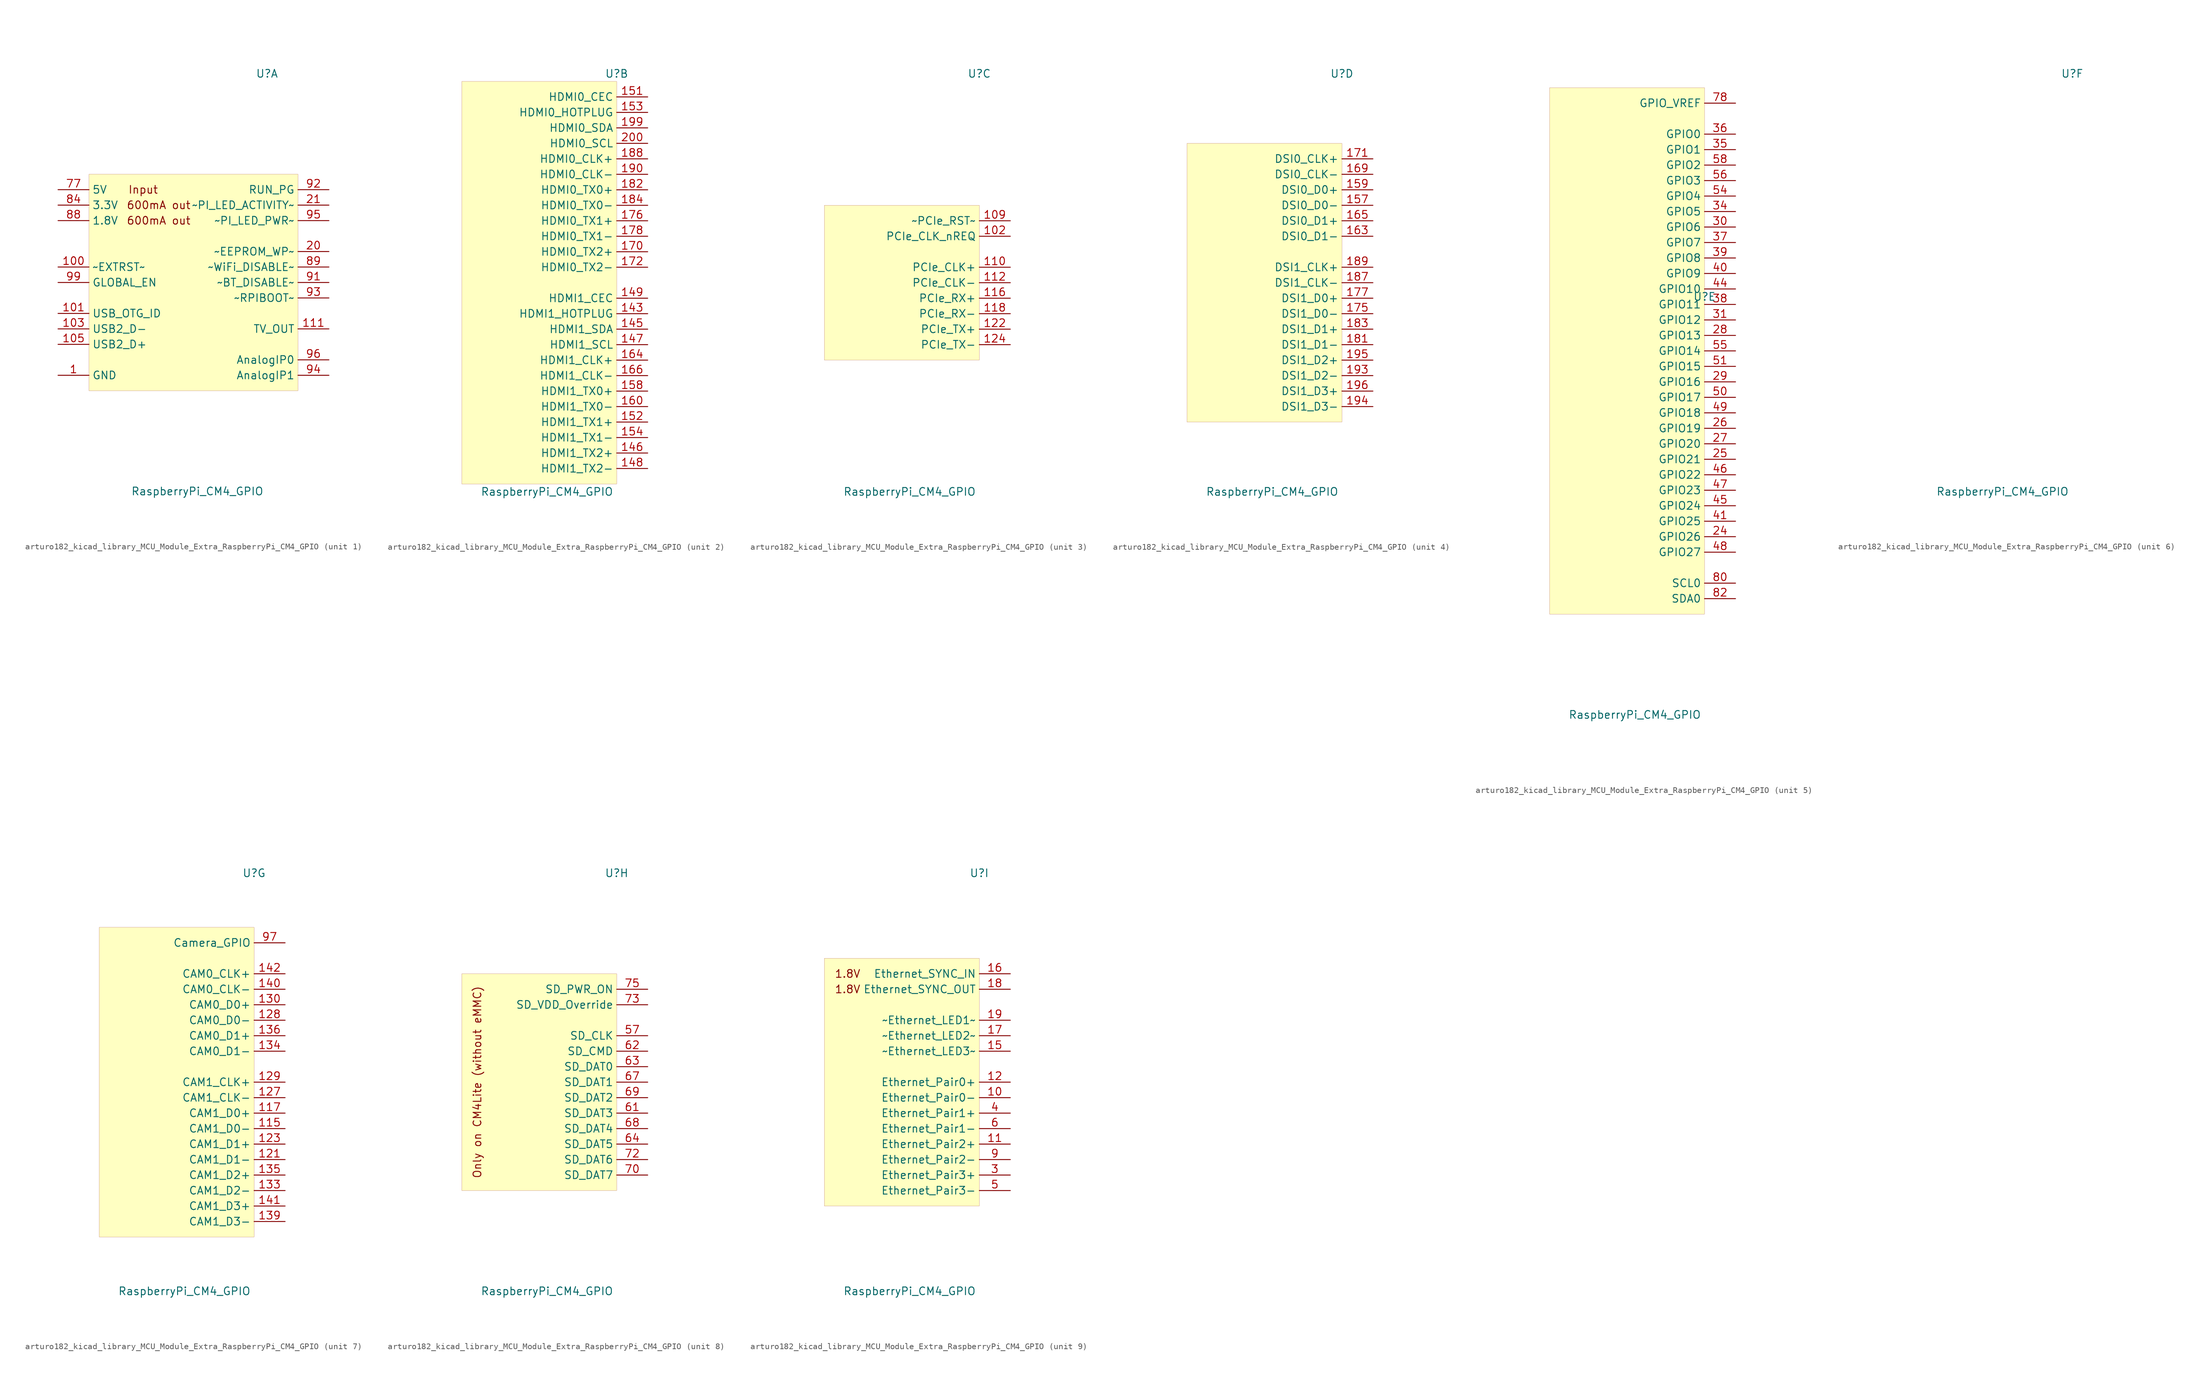
<source format=kicad_sym>
(kicad_symbol_lib
  (version 20220914)
  (generator kicad_symbol_editor)
  (symbol "MCU_Module_Extra:arturo182_kicad_library_MCU_Module_Extra_RaspberryPi_CM4_GPIO"
    (property "Reference" "U"
      (at 12.7 34.29 0)
      (effects (font (size 1.27 1.27))))
    (property "Value" "RaspberryPi_CM4_GPIO"
      (at 1.27 -34.29 0)
      (effects (font (size 1.27 1.27))))
    (property "ki_locked" ""
      (at 0 0 0)
      (effects (font (size 1.27 1.27))))
    (symbol "arturo182_kicad_library_MCU_Module_Extra_RaspberryPi_CM4_GPIO_1_0"
      (text "600mA out" (at -5.08 10.16 0) (effects (font (size 1.27 1.27))))
      (text "600mA out" (at -5.08 12.7 0) (effects (font (size 1.27 1.27))))
      (text "Input" (at -7.62 15.24 0) (effects (font (size 1.27 1.27))))
      (rectangle (start -16.51 17.78) (end 17.78 -17.78) (stroke (width 0.001)) (fill (type background))))
    (symbol "arturo182_kicad_library_MCU_Module_Extra_RaspberryPi_CM4_GPIO_1_1"
      (pin power_in line (at -21.59 -15.24 0) (length 5.08) (name "GND" (effects (font (size 1.27 1.27)))) (number "1" (effects (font (size 1.27 1.27)))))
      (pin output line (at -21.59 2.54 0) (length 5.08) (name "~EXTRST~" (effects (font (size 1.27 1.27)))) (number "100" (effects (font (size 1.27 1.27)))))
      (pin passive line (at -21.59 -15.24 0) (length 5.08) hide (name "GND" (effects (font (size 1.27 1.27)))) (number "13" (effects (font (size 1.27 1.27)))))
      (pin passive line (at -21.59 -15.24 0) (length 5.08) hide (name "GND" (effects (font (size 1.27 1.27)))) (number "14" (effects (font (size 1.27 1.27)))))
      (pin passive line (at -21.59 -15.24 0) (length 5.08) hide (name "GND" (effects (font (size 1.27 1.27)))) (number "2" (effects (font (size 1.27 1.27)))))
      (pin bidirectional line (at 22.86 5.08 180) (length 5.08) (name "~EEPROM_WP~" (effects (font (size 1.27 1.27)))) (number "20" (effects (font (size 1.27 1.27)))))
      (pin open_collector line (at 22.86 12.7 180) (length 5.08) (name "~PI_LED_ACTIVITY~" (effects (font (size 1.27 1.27)))) (number "21" (effects (font (size 1.27 1.27)))))
      (pin passive line (at -21.59 -15.24 0) (length 5.08) hide (name "GND" (effects (font (size 1.27 1.27)))) (number "22" (effects (font (size 1.27 1.27)))))
      (pin passive line (at -21.59 -15.24 0) (length 5.08) hide (name "GND" (effects (font (size 1.27 1.27)))) (number "23" (effects (font (size 1.27 1.27)))))
      (pin passive line (at -21.59 -15.24 0) (length 5.08) hide (name "GND" (effects (font (size 1.27 1.27)))) (number "32" (effects (font (size 1.27 1.27)))))
      (pin passive line (at -21.59 -15.24 0) (length 5.08) hide (name "GND" (effects (font (size 1.27 1.27)))) (number "33" (effects (font (size 1.27 1.27)))))
      (pin passive line (at -21.59 -15.24 0) (length 5.08) hide (name "GND" (effects (font (size 1.27 1.27)))) (number "42" (effects (font (size 1.27 1.27)))))
      (pin passive line (at -21.59 -15.24 0) (length 5.08) hide (name "GND" (effects (font (size 1.27 1.27)))) (number "43" (effects (font (size 1.27 1.27)))))
      (pin passive line (at -21.59 -15.24 0) (length 5.08) hide (name "GND" (effects (font (size 1.27 1.27)))) (number "52" (effects (font (size 1.27 1.27)))))
      (pin passive line (at -21.59 -15.24 0) (length 5.08) hide (name "GND" (effects (font (size 1.27 1.27)))) (number "53" (effects (font (size 1.27 1.27)))))
      (pin passive line (at -21.59 -15.24 0) (length 5.08) hide (name "GND" (effects (font (size 1.27 1.27)))) (number "59" (effects (font (size 1.27 1.27)))))
      (pin passive line (at -21.59 -15.24 0) (length 5.08) hide (name "GND" (effects (font (size 1.27 1.27)))) (number "60" (effects (font (size 1.27 1.27)))))
      (pin passive line (at -21.59 -15.24 0) (length 5.08) hide (name "GND" (effects (font (size 1.27 1.27)))) (number "65" (effects (font (size 1.27 1.27)))))
      (pin passive line (at -21.59 -15.24 0) (length 5.08) hide (name "GND" (effects (font (size 1.27 1.27)))) (number "66" (effects (font (size 1.27 1.27)))))
      (pin passive line (at -21.59 -15.24 0) (length 5.08) hide (name "GND" (effects (font (size 1.27 1.27)))) (number "7" (effects (font (size 1.27 1.27)))))
      (pin passive line (at -21.59 -15.24 0) (length 5.08) hide (name "GND" (effects (font (size 1.27 1.27)))) (number "71" (effects (font (size 1.27 1.27)))))
      (pin passive line (at -21.59 -15.24 0) (length 5.08) hide (name "GND" (effects (font (size 1.27 1.27)))) (number "74" (effects (font (size 1.27 1.27)))))
      (pin no_connect line (at -1.27 -10.16 0) (length 5.08) hide (name "Reserved" (effects (font (size 1.27 1.27)))) (number "76" (effects (font (size 1.27 1.27)))))
      (pin power_in line (at -21.59 15.24 0) (length 5.08) (name "5V" (effects (font (size 1.27 1.27)))) (number "77" (effects (font (size 1.27 1.27)))))
      (pin passive line (at -21.59 15.24 0) (length 5.08) hide (name "5V" (effects (font (size 1.27 1.27)))) (number "79" (effects (font (size 1.27 1.27)))))
      (pin passive line (at -21.59 -15.24 0) (length 5.08) hide (name "GND" (effects (font (size 1.27 1.27)))) (number "8" (effects (font (size 1.27 1.27)))))
      (pin passive line (at -21.59 15.24 0) (length 5.08) hide (name "5V" (effects (font (size 1.27 1.27)))) (number "81" (effects (font (size 1.27 1.27)))))
      (pin passive line (at -21.59 15.24 0) (length 5.08) hide (name "5V" (effects (font (size 1.27 1.27)))) (number "83" (effects (font (size 1.27 1.27)))))
      (pin power_out line (at -21.59 12.7 0) (length 5.08) (name "3.3V" (effects (font (size 1.27 1.27)))) (number "84" (effects (font (size 1.27 1.27)))))
      (pin passive line (at -21.59 15.24 0) (length 5.08) hide (name "5V" (effects (font (size 1.27 1.27)))) (number "85" (effects (font (size 1.27 1.27)))))
      (pin passive line (at -21.59 12.7 0) (length 5.08) hide (name "3.3V" (effects (font (size 1.27 1.27)))) (number "86" (effects (font (size 1.27 1.27)))))
      (pin passive line (at -21.59 15.24 0) (length 5.08) hide (name "5V" (effects (font (size 1.27 1.27)))) (number "87" (effects (font (size 1.27 1.27)))))
      (pin power_out line (at -21.59 10.16 0) (length 5.08) (name "1.8V" (effects (font (size 1.27 1.27)))) (number "88" (effects (font (size 1.27 1.27)))))
      (pin power_in line (at 22.86 2.54 180) (length 5.08) (name "~WiFi_DISABLE~" (effects (font (size 1.27 1.27)))) (number "89" (effects (font (size 1.27 1.27)))))
      (pin passive line (at -21.59 10.16 0) (length 5.08) hide (name "1.8V" (effects (font (size 1.27 1.27)))) (number "90" (effects (font (size 1.27 1.27)))))
      (pin input line (at 22.86 0 180) (length 5.08) (name "~BT_DISABLE~" (effects (font (size 1.27 1.27)))) (number "91" (effects (font (size 1.27 1.27)))))
      (pin bidirectional line (at 22.86 15.24 180) (length 5.08) (name "RUN_PG" (effects (font (size 1.27 1.27)))) (number "92" (effects (font (size 1.27 1.27)))))
      (pin input line (at 22.86 -2.54 180) (length 5.08) (name "~RPIBOOT~" (effects (font (size 1.27 1.27)))) (number "93" (effects (font (size 1.27 1.27)))))
      (pin output line (at 22.86 -15.24 180) (length 5.08) (name "AnalogIP1" (effects (font (size 1.27 1.27)))) (number "94" (effects (font (size 1.27 1.27)))))
      (pin output line (at 22.86 10.16 180) (length 5.08) (name "~PI_LED_PWR~" (effects (font (size 1.27 1.27)))) (number "95" (effects (font (size 1.27 1.27)))))
      (pin output line (at 22.86 -12.7 180) (length 5.08) (name "AnalogIP0" (effects (font (size 1.27 1.27)))) (number "96" (effects (font (size 1.27 1.27)))))
      (pin passive line (at -21.59 -15.24 0) (length 5.08) hide (name "GND" (effects (font (size 1.27 1.27)))) (number "98" (effects (font (size 1.27 1.27)))))
      (pin input line (at -21.59 0 0) (length 5.08) (name "GLOBAL_EN" (effects (font (size 1.27 1.27)))) (number "99" (effects (font (size 1.27 1.27)))))
      (pin input line (at -21.59 -5.08 0) (length 5.08) (name "USB_OTG_ID" (effects (font (size 1.27 1.27)))) (number "101" (effects (font (size 1.27 1.27)))))
      (pin passive line (at -21.59 -7.62 0) (length 5.08) (name "USB2_D-" (effects (font (size 1.27 1.27)))) (number "103" (effects (font (size 1.27 1.27)))))
      (pin no_connect line (at -1.27 -5.08 0) (length 5.08) hide (name "Reserved" (effects (font (size 1.27 1.27)))) (number "104" (effects (font (size 1.27 1.27)))))
      (pin passive line (at -21.59 -10.16 0) (length 5.08) (name "USB2_D+" (effects (font (size 1.27 1.27)))) (number "105" (effects (font (size 1.27 1.27)))))
      (pin no_connect line (at -1.27 -7.62 0) (length 5.08) hide (name "Reserved" (effects (font (size 1.27 1.27)))) (number "106" (effects (font (size 1.27 1.27)))))
      (pin passive line (at -21.59 -15.24 0) (length 5.08) hide (name "GND" (effects (font (size 1.27 1.27)))) (number "107" (effects (font (size 1.27 1.27)))))
      (pin passive line (at -21.59 -15.24 0) (length 5.08) hide (name "GND" (effects (font (size 1.27 1.27)))) (number "108" (effects (font (size 1.27 1.27)))))
      (pin passive line (at 22.86 -7.62 180) (length 5.08) (name "TV_OUT" (effects (font (size 1.27 1.27)))) (number "111" (effects (font (size 1.27 1.27)))))
      (pin passive line (at -21.59 -15.24 0) (length 5.08) hide (name "GND" (effects (font (size 1.27 1.27)))) (number "113" (effects (font (size 1.27 1.27)))))
      (pin passive line (at -21.59 -15.24 0) (length 5.08) hide (name "GND" (effects (font (size 1.27 1.27)))) (number "114" (effects (font (size 1.27 1.27)))))
      (pin passive line (at -21.59 -15.24 0) (length 5.08) hide (name "GND" (effects (font (size 1.27 1.27)))) (number "119" (effects (font (size 1.27 1.27)))))
      (pin passive line (at -21.59 -15.24 0) (length 5.08) hide (name "GND" (effects (font (size 1.27 1.27)))) (number "120" (effects (font (size 1.27 1.27)))))
      (pin passive line (at -21.59 -15.24 0) (length 5.08) hide (name "GND" (effects (font (size 1.27 1.27)))) (number "125" (effects (font (size 1.27 1.27)))))
      (pin passive line (at -21.59 -15.24 0) (length 5.08) hide (name "GND" (effects (font (size 1.27 1.27)))) (number "126" (effects (font (size 1.27 1.27)))))
      (pin passive line (at -21.59 -15.24 0) (length 5.08) hide (name "GND" (effects (font (size 1.27 1.27)))) (number "131" (effects (font (size 1.27 1.27)))))
      (pin passive line (at -21.59 -15.24 0) (length 5.08) hide (name "GND" (effects (font (size 1.27 1.27)))) (number "132" (effects (font (size 1.27 1.27)))))
      (pin passive line (at -21.59 -15.24 0) (length 5.08) hide (name "GND" (effects (font (size 1.27 1.27)))) (number "137" (effects (font (size 1.27 1.27)))))
      (pin passive line (at -21.59 -15.24 0) (length 5.08) hide (name "GND" (effects (font (size 1.27 1.27)))) (number "138" (effects (font (size 1.27 1.27)))))
      (pin passive line (at -21.59 -15.24 0) (length 5.08) hide (name "GND" (effects (font (size 1.27 1.27)))) (number "144" (effects (font (size 1.27 1.27)))))
      (pin passive line (at -21.59 -15.24 0) (length 5.08) hide (name "GND" (effects (font (size 1.27 1.27)))) (number "150" (effects (font (size 1.27 1.27)))))
      (pin passive line (at -21.59 -15.24 0) (length 5.08) hide (name "GND" (effects (font (size 1.27 1.27)))) (number "155" (effects (font (size 1.27 1.27)))))
      (pin passive line (at -21.59 -15.24 0) (length 5.08) hide (name "GND" (effects (font (size 1.27 1.27)))) (number "156" (effects (font (size 1.27 1.27)))))
      (pin passive line (at -21.59 -15.24 0) (length 5.08) hide (name "GND" (effects (font (size 1.27 1.27)))) (number "161" (effects (font (size 1.27 1.27)))))
      (pin passive line (at -21.59 -15.24 0) (length 5.08) hide (name "GND" (effects (font (size 1.27 1.27)))) (number "162" (effects (font (size 1.27 1.27)))))
      (pin passive line (at -21.59 -15.24 0) (length 5.08) hide (name "GND" (effects (font (size 1.27 1.27)))) (number "167" (effects (font (size 1.27 1.27)))))
      (pin passive line (at -21.59 -15.24 0) (length 5.08) hide (name "GND" (effects (font (size 1.27 1.27)))) (number "168" (effects (font (size 1.27 1.27)))))
      (pin passive line (at -21.59 -15.24 0) (length 5.08) hide (name "GND" (effects (font (size 1.27 1.27)))) (number "173" (effects (font (size 1.27 1.27)))))
      (pin passive line (at -21.59 -15.24 0) (length 5.08) hide (name "GND" (effects (font (size 1.27 1.27)))) (number "174" (effects (font (size 1.27 1.27)))))
      (pin passive line (at -21.59 -15.24 0) (length 5.08) hide (name "GND" (effects (font (size 1.27 1.27)))) (number "179" (effects (font (size 1.27 1.27)))))
      (pin passive line (at -21.59 -15.24 0) (length 5.08) hide (name "GND" (effects (font (size 1.27 1.27)))) (number "180" (effects (font (size 1.27 1.27)))))
      (pin passive line (at -21.59 -15.24 0) (length 5.08) hide (name "GND" (effects (font (size 1.27 1.27)))) (number "185" (effects (font (size 1.27 1.27)))))
      (pin passive line (at -21.59 -15.24 0) (length 5.08) hide (name "GND" (effects (font (size 1.27 1.27)))) (number "186" (effects (font (size 1.27 1.27)))))
      (pin passive line (at -21.59 -15.24 0) (length 5.08) hide (name "GND" (effects (font (size 1.27 1.27)))) (number "191" (effects (font (size 1.27 1.27)))))
      (pin passive line (at -21.59 -15.24 0) (length 5.08) hide (name "GND" (effects (font (size 1.27 1.27)))) (number "192" (effects (font (size 1.27 1.27)))))
      (pin passive line (at -21.59 -15.24 0) (length 5.08) hide (name "GND" (effects (font (size 1.27 1.27)))) (number "197" (effects (font (size 1.27 1.27)))))
      (pin passive line (at -21.59 -15.24 0) (length 5.08) hide (name "GND" (effects (font (size 1.27 1.27)))) (number "198" (effects (font (size 1.27 1.27))))))
    (symbol "arturo182_kicad_library_MCU_Module_Extra_RaspberryPi_CM4_GPIO_2_0"
      (rectangle (start -12.7 33.02) (end 12.7 -33.02) (stroke (width 0.001)) (fill (type background))))
    (symbol "arturo182_kicad_library_MCU_Module_Extra_RaspberryPi_CM4_GPIO_2_1"
      (pin input line (at 17.78 -5.08 180) (length 5.08) (name "HDMI1_HOTPLUG" (effects (font (size 1.27 1.27)))) (number "143" (effects (font (size 1.27 1.27)))))
      (pin bidirectional line (at 17.78 -7.62 180) (length 5.08) (name "HDMI1_SDA" (effects (font (size 1.27 1.27)))) (number "145" (effects (font (size 1.27 1.27)))))
      (pin output line (at 17.78 -27.94 180) (length 5.08) (name "HDMI1_TX2+" (effects (font (size 1.27 1.27)))) (number "146" (effects (font (size 1.27 1.27)))))
      (pin open_collector line (at 17.78 -10.16 180) (length 5.08) (name "HDMI1_SCL" (effects (font (size 1.27 1.27)))) (number "147" (effects (font (size 1.27 1.27)))))
      (pin output line (at 17.78 -30.48 180) (length 5.08) (name "HDMI1_TX2-" (effects (font (size 1.27 1.27)))) (number "148" (effects (font (size 1.27 1.27)))))
      (pin open_collector line (at 17.78 -2.54 180) (length 5.08) (name "HDMI1_CEC" (effects (font (size 1.27 1.27)))) (number "149" (effects (font (size 1.27 1.27)))))
      (pin open_collector line (at 17.78 30.48 180) (length 5.08) (name "HDMI0_CEC" (effects (font (size 1.27 1.27)))) (number "151" (effects (font (size 1.27 1.27)))))
      (pin output line (at 17.78 -22.86 180) (length 5.08) (name "HDMI1_TX1+" (effects (font (size 1.27 1.27)))) (number "152" (effects (font (size 1.27 1.27)))))
      (pin input line (at 17.78 27.94 180) (length 5.08) (name "HDMI0_HOTPLUG" (effects (font (size 1.27 1.27)))) (number "153" (effects (font (size 1.27 1.27)))))
      (pin output line (at 17.78 -25.4 180) (length 5.08) (name "HDMI1_TX1-" (effects (font (size 1.27 1.27)))) (number "154" (effects (font (size 1.27 1.27)))))
      (pin output line (at 17.78 -17.78 180) (length 5.08) (name "HDMI1_TX0+" (effects (font (size 1.27 1.27)))) (number "158" (effects (font (size 1.27 1.27)))))
      (pin output line (at 17.78 -20.32 180) (length 5.08) (name "HDMI1_TX0-" (effects (font (size 1.27 1.27)))) (number "160" (effects (font (size 1.27 1.27)))))
      (pin output line (at 17.78 -12.7 180) (length 5.08) (name "HDMI1_CLK+" (effects (font (size 1.27 1.27)))) (number "164" (effects (font (size 1.27 1.27)))))
      (pin output line (at 17.78 -15.24 180) (length 5.08) (name "HDMI1_CLK-" (effects (font (size 1.27 1.27)))) (number "166" (effects (font (size 1.27 1.27)))))
      (pin output line (at 17.78 5.08 180) (length 5.08) (name "HDMI0_TX2+" (effects (font (size 1.27 1.27)))) (number "170" (effects (font (size 1.27 1.27)))))
      (pin output line (at 17.78 2.54 180) (length 5.08) (name "HDMI0_TX2-" (effects (font (size 1.27 1.27)))) (number "172" (effects (font (size 1.27 1.27)))))
      (pin output line (at 17.78 10.16 180) (length 5.08) (name "HDMI0_TX1+" (effects (font (size 1.27 1.27)))) (number "176" (effects (font (size 1.27 1.27)))))
      (pin output line (at 17.78 7.62 180) (length 5.08) (name "HDMI0_TX1-" (effects (font (size 1.27 1.27)))) (number "178" (effects (font (size 1.27 1.27)))))
      (pin output line (at 17.78 15.24 180) (length 5.08) (name "HDMI0_TX0+" (effects (font (size 1.27 1.27)))) (number "182" (effects (font (size 1.27 1.27)))))
      (pin output line (at 17.78 12.7 180) (length 5.08) (name "HDMI0_TX0-" (effects (font (size 1.27 1.27)))) (number "184" (effects (font (size 1.27 1.27)))))
      (pin output line (at 17.78 20.32 180) (length 5.08) (name "HDMI0_CLK+" (effects (font (size 1.27 1.27)))) (number "188" (effects (font (size 1.27 1.27)))))
      (pin output line (at 17.78 17.78 180) (length 5.08) (name "HDMI0_CLK-" (effects (font (size 1.27 1.27)))) (number "190" (effects (font (size 1.27 1.27)))))
      (pin bidirectional line (at 17.78 25.4 180) (length 5.08) (name "HDMI0_SDA" (effects (font (size 1.27 1.27)))) (number "199" (effects (font (size 1.27 1.27)))))
      (pin open_collector line (at 17.78 22.86 180) (length 5.08) (name "HDMI0_SCL" (effects (font (size 1.27 1.27)))) (number "200" (effects (font (size 1.27 1.27))))))
    (symbol "arturo182_kicad_library_MCU_Module_Extra_RaspberryPi_CM4_GPIO_3_0"
      (rectangle (start -12.7 12.7) (end 12.7 -12.7) (stroke (width 0.001)) (fill (type background))))
    (symbol "arturo182_kicad_library_MCU_Module_Extra_RaspberryPi_CM4_GPIO_3_1"
      (pin input line (at 17.78 7.62 180) (length 5.08) (name "PCIe_CLK_nREQ" (effects (font (size 1.27 1.27)))) (number "102" (effects (font (size 1.27 1.27)))))
      (pin bidirectional line (at 17.78 10.16 180) (length 5.08) (name "~PCIe_RST~" (effects (font (size 1.27 1.27)))) (number "109" (effects (font (size 1.27 1.27)))))
      (pin output line (at 17.78 2.54 180) (length 5.08) (name "PCIe_CLK+" (effects (font (size 1.27 1.27)))) (number "110" (effects (font (size 1.27 1.27)))))
      (pin output line (at 17.78 0 180) (length 5.08) (name "PCIe_CLK-" (effects (font (size 1.27 1.27)))) (number "112" (effects (font (size 1.27 1.27)))))
      (pin input line (at 17.78 -2.54 180) (length 5.08) (name "PCIe_RX+" (effects (font (size 1.27 1.27)))) (number "116" (effects (font (size 1.27 1.27)))))
      (pin input line (at 17.78 -5.08 180) (length 5.08) (name "PCIe_RX-" (effects (font (size 1.27 1.27)))) (number "118" (effects (font (size 1.27 1.27)))))
      (pin output line (at 17.78 -7.62 180) (length 5.08) (name "PCIe_TX+" (effects (font (size 1.27 1.27)))) (number "122" (effects (font (size 1.27 1.27)))))
      (pin output line (at 17.78 -10.16 180) (length 5.08) (name "PCIe_TX-" (effects (font (size 1.27 1.27)))) (number "124" (effects (font (size 1.27 1.27))))))
    (symbol "arturo182_kicad_library_MCU_Module_Extra_RaspberryPi_CM4_GPIO_4_0"
      (rectangle (start -12.7 22.86) (end 12.7 -22.86) (stroke (width 0.001)) (fill (type background))))
    (symbol "arturo182_kicad_library_MCU_Module_Extra_RaspberryPi_CM4_GPIO_4_1"
      (pin bidirectional line (at 17.78 12.7 180) (length 5.08) (name "DSI0_D0-" (effects (font (size 1.27 1.27)))) (number "157" (effects (font (size 1.27 1.27)))))
      (pin bidirectional line (at 17.78 15.24 180) (length 5.08) (name "DSI0_D0+" (effects (font (size 1.27 1.27)))) (number "159" (effects (font (size 1.27 1.27)))))
      (pin bidirectional line (at 17.78 7.62 180) (length 5.08) (name "DSI0_D1-" (effects (font (size 1.27 1.27)))) (number "163" (effects (font (size 1.27 1.27)))))
      (pin bidirectional line (at 17.78 10.16 180) (length 5.08) (name "DSI0_D1+" (effects (font (size 1.27 1.27)))) (number "165" (effects (font (size 1.27 1.27)))))
      (pin open_collector line (at 17.78 17.78 180) (length 5.08) (name "DSI0_CLK-" (effects (font (size 1.27 1.27)))) (number "169" (effects (font (size 1.27 1.27)))))
      (pin open_collector line (at 17.78 20.32 180) (length 5.08) (name "DSI0_CLK+" (effects (font (size 1.27 1.27)))) (number "171" (effects (font (size 1.27 1.27)))))
      (pin bidirectional line (at 17.78 -5.08 180) (length 5.08) (name "DSI1_D0-" (effects (font (size 1.27 1.27)))) (number "175" (effects (font (size 1.27 1.27)))))
      (pin bidirectional line (at 17.78 -2.54 180) (length 5.08) (name "DSI1_D0+" (effects (font (size 1.27 1.27)))) (number "177" (effects (font (size 1.27 1.27)))))
      (pin bidirectional line (at 17.78 -10.16 180) (length 5.08) (name "DSI1_D1-" (effects (font (size 1.27 1.27)))) (number "181" (effects (font (size 1.27 1.27)))))
      (pin bidirectional line (at 17.78 -7.62 180) (length 5.08) (name "DSI1_D1+" (effects (font (size 1.27 1.27)))) (number "183" (effects (font (size 1.27 1.27)))))
      (pin bidirectional line (at 17.78 0 180) (length 5.08) (name "DSI1_CLK-" (effects (font (size 1.27 1.27)))) (number "187" (effects (font (size 1.27 1.27)))))
      (pin bidirectional line (at 17.78 2.54 180) (length 5.08) (name "DSI1_CLK+" (effects (font (size 1.27 1.27)))) (number "189" (effects (font (size 1.27 1.27)))))
      (pin bidirectional line (at 17.78 -15.24 180) (length 5.08) (name "DSI1_D2-" (effects (font (size 1.27 1.27)))) (number "193" (effects (font (size 1.27 1.27)))))
      (pin bidirectional line (at 17.78 -20.32 180) (length 5.08) (name "DSI1_D3-" (effects (font (size 1.27 1.27)))) (number "194" (effects (font (size 1.27 1.27)))))
      (pin bidirectional line (at 17.78 -12.7 180) (length 5.08) (name "DSI1_D2+" (effects (font (size 1.27 1.27)))) (number "195" (effects (font (size 1.27 1.27)))))
      (pin bidirectional line (at 17.78 -17.78 180) (length 5.08) (name "DSI1_D3+" (effects (font (size 1.27 1.27)))) (number "196" (effects (font (size 1.27 1.27))))))
    (symbol "arturo182_kicad_library_MCU_Module_Extra_RaspberryPi_CM4_GPIO_5_0"
      (rectangle (start -12.7 68.58) (end 12.7 -17.78) (stroke (width 0.001)) (fill (type background))))
    (symbol "arturo182_kicad_library_MCU_Module_Extra_RaspberryPi_CM4_GPIO_5_1"
      (pin bidirectional line (at 17.78 -5.08 180) (length 5.08) (name "GPIO26" (effects (font (size 1.27 1.27)))) (number "24" (effects (font (size 1.27 1.27)))))
      (pin bidirectional line (at 17.78 -2.54 180) (length 5.08) (name "GPIO25" (effects (font (size 1.27 1.27)))) (number "41" (effects (font (size 1.27 1.27)))))
      (pin bidirectional line (at 17.78 0 180) (length 5.08) (name "GPIO24" (effects (font (size 1.27 1.27)))) (number "45" (effects (font (size 1.27 1.27)))))
      (pin bidirectional line (at 17.78 5.08 180) (length 5.08) (name "GPIO22" (effects (font (size 1.27 1.27)))) (number "46" (effects (font (size 1.27 1.27)))))
      (pin bidirectional line (at 17.78 2.54 180) (length 5.08) (name "GPIO23" (effects (font (size 1.27 1.27)))) (number "47" (effects (font (size 1.27 1.27)))))
      (pin bidirectional line (at 17.78 -7.62 180) (length 5.08) (name "GPIO27" (effects (font (size 1.27 1.27)))) (number "48" (effects (font (size 1.27 1.27)))))
      (pin power_in line (at 17.78 66.04 180) (length 5.08) (name "GPIO_VREF" (effects (font (size 1.27 1.27)))) (number "78" (effects (font (size 1.27 1.27)))))
      (pin passive line (at 17.78 -12.7 180) (length 5.08) (name "SCL0" (effects (font (size 1.27 1.27)))) (number "80" (effects (font (size 1.27 1.27)))))
      (pin passive line (at 17.78 -15.24 180) (length 5.08) (name "SDA0" (effects (font (size 1.27 1.27)))) (number "82" (effects (font (size 1.27 1.27)))))
      (pin bidirectional line (at 17.78 7.62 180) (length 5.08) (name "GPIO21" (effects (font (size 1.27 1.27)))) (number "25" (effects (font (size 1.27 1.27)))))
      (pin bidirectional line (at 17.78 12.7 180) (length 5.08) (name "GPIO19" (effects (font (size 1.27 1.27)))) (number "26" (effects (font (size 1.27 1.27)))))
      (pin bidirectional line (at 17.78 10.16 180) (length 5.08) (name "GPIO20" (effects (font (size 1.27 1.27)))) (number "27" (effects (font (size 1.27 1.27)))))
      (pin bidirectional line (at 17.78 27.94 180) (length 5.08) (name "GPIO13" (effects (font (size 1.27 1.27)))) (number "28" (effects (font (size 1.27 1.27)))))
      (pin bidirectional line (at 17.78 20.32 180) (length 5.08) (name "GPIO16" (effects (font (size 1.27 1.27)))) (number "29" (effects (font (size 1.27 1.27)))))
      (pin bidirectional line (at 17.78 45.72 180) (length 5.08) (name "GPIO6" (effects (font (size 1.27 1.27)))) (number "30" (effects (font (size 1.27 1.27)))))
      (pin bidirectional line (at 17.78 30.48 180) (length 5.08) (name "GPIO12" (effects (font (size 1.27 1.27)))) (number "31" (effects (font (size 1.27 1.27)))))
      (pin bidirectional line (at 17.78 48.26 180) (length 5.08) (name "GPIO5" (effects (font (size 1.27 1.27)))) (number "34" (effects (font (size 1.27 1.27)))))
      (pin bidirectional line (at 17.78 58.42 180) (length 5.08) (name "GPIO1" (effects (font (size 1.27 1.27)))) (number "35" (effects (font (size 1.27 1.27)))))
      (pin bidirectional line (at 17.78 60.96 180) (length 5.08) (name "GPIO0" (effects (font (size 1.27 1.27)))) (number "36" (effects (font (size 1.27 1.27)))))
      (pin bidirectional line (at 17.78 43.18 180) (length 5.08) (name "GPIO7" (effects (font (size 1.27 1.27)))) (number "37" (effects (font (size 1.27 1.27)))))
      (pin bidirectional line (at 17.78 33.02 180) (length 5.08) (name "GPIO11" (effects (font (size 1.27 1.27)))) (number "38" (effects (font (size 1.27 1.27)))))
      (pin bidirectional line (at 17.78 40.64 180) (length 5.08) (name "GPIO8" (effects (font (size 1.27 1.27)))) (number "39" (effects (font (size 1.27 1.27)))))
      (pin bidirectional line (at 17.78 38.1 180) (length 5.08) (name "GPIO9" (effects (font (size 1.27 1.27)))) (number "40" (effects (font (size 1.27 1.27)))))
      (pin bidirectional line (at 17.78 35.56 180) (length 5.08) (name "GPIO10" (effects (font (size 1.27 1.27)))) (number "44" (effects (font (size 1.27 1.27)))))
      (pin bidirectional line (at 17.78 15.24 180) (length 5.08) (name "GPIO18" (effects (font (size 1.27 1.27)))) (number "49" (effects (font (size 1.27 1.27)))))
      (pin bidirectional line (at 17.78 17.78 180) (length 5.08) (name "GPIO17" (effects (font (size 1.27 1.27)))) (number "50" (effects (font (size 1.27 1.27)))))
      (pin bidirectional line (at 17.78 22.86 180) (length 5.08) (name "GPIO15" (effects (font (size 1.27 1.27)))) (number "51" (effects (font (size 1.27 1.27)))))
      (pin bidirectional line (at 17.78 50.8 180) (length 5.08) (name "GPIO4" (effects (font (size 1.27 1.27)))) (number "54" (effects (font (size 1.27 1.27)))))
      (pin bidirectional line (at 17.78 25.4 180) (length 5.08) (name "GPIO14" (effects (font (size 1.27 1.27)))) (number "55" (effects (font (size 1.27 1.27)))))
      (pin bidirectional line (at 17.78 53.34 180) (length 5.08) (name "GPIO3" (effects (font (size 1.27 1.27)))) (number "56" (effects (font (size 1.27 1.27)))))
      (pin bidirectional line (at 17.78 55.88 180) (length 5.08) (name "GPIO2" (effects (font (size 1.27 1.27)))) (number "58" (effects (font (size 1.27 1.27))))))
    (symbol "arturo182_kicad_library_MCU_Module_Extra_RaspberryPi_CM4_GPIO_7_0"
      (rectangle (start -12.7 25.4) (end 12.7 -25.4) (stroke (width 0.001)) (fill (type background))))
    (symbol "arturo182_kicad_library_MCU_Module_Extra_RaspberryPi_CM4_GPIO_7_1"
      (pin bidirectional line (at 17.78 22.86 180) (length 5.08) (name "Camera_GPIO" (effects (font (size 1.27 1.27)))) (number "97" (effects (font (size 1.27 1.27)))))
      (pin bidirectional line (at 17.78 -7.62 180) (length 5.08) (name "CAM1_D0-" (effects (font (size 1.27 1.27)))) (number "115" (effects (font (size 1.27 1.27)))))
      (pin bidirectional line (at 17.78 -5.08 180) (length 5.08) (name "CAM1_D0+" (effects (font (size 1.27 1.27)))) (number "117" (effects (font (size 1.27 1.27)))))
      (pin bidirectional line (at 17.78 -12.7 180) (length 5.08) (name "CAM1_D1-" (effects (font (size 1.27 1.27)))) (number "121" (effects (font (size 1.27 1.27)))))
      (pin bidirectional line (at 17.78 -10.16 180) (length 5.08) (name "CAM1_D1+" (effects (font (size 1.27 1.27)))) (number "123" (effects (font (size 1.27 1.27)))))
      (pin output line (at 17.78 -2.54 180) (length 5.08) (name "CAM1_CLK-" (effects (font (size 1.27 1.27)))) (number "127" (effects (font (size 1.27 1.27)))))
      (pin bidirectional line (at 17.78 10.16 180) (length 5.08) (name "CAM0_D0-" (effects (font (size 1.27 1.27)))) (number "128" (effects (font (size 1.27 1.27)))))
      (pin output line (at 17.78 0 180) (length 5.08) (name "CAM1_CLK+" (effects (font (size 1.27 1.27)))) (number "129" (effects (font (size 1.27 1.27)))))
      (pin bidirectional line (at 17.78 12.7 180) (length 5.08) (name "CAM0_D0+" (effects (font (size 1.27 1.27)))) (number "130" (effects (font (size 1.27 1.27)))))
      (pin bidirectional line (at 17.78 -17.78 180) (length 5.08) (name "CAM1_D2-" (effects (font (size 1.27 1.27)))) (number "133" (effects (font (size 1.27 1.27)))))
      (pin bidirectional line (at 17.78 5.08 180) (length 5.08) (name "CAM0_D1-" (effects (font (size 1.27 1.27)))) (number "134" (effects (font (size 1.27 1.27)))))
      (pin bidirectional line (at 17.78 -15.24 180) (length 5.08) (name "CAM1_D2+" (effects (font (size 1.27 1.27)))) (number "135" (effects (font (size 1.27 1.27)))))
      (pin bidirectional line (at 17.78 7.62 180) (length 5.08) (name "CAM0_D1+" (effects (font (size 1.27 1.27)))) (number "136" (effects (font (size 1.27 1.27)))))
      (pin bidirectional line (at 17.78 -22.86 180) (length 5.08) (name "CAM1_D3-" (effects (font (size 1.27 1.27)))) (number "139" (effects (font (size 1.27 1.27)))))
      (pin output line (at 17.78 15.24 180) (length 5.08) (name "CAM0_CLK-" (effects (font (size 1.27 1.27)))) (number "140" (effects (font (size 1.27 1.27)))))
      (pin bidirectional line (at 17.78 -20.32 180) (length 5.08) (name "CAM1_D3+" (effects (font (size 1.27 1.27)))) (number "141" (effects (font (size 1.27 1.27)))))
      (pin output line (at 17.78 17.78 180) (length 5.08) (name "CAM0_CLK+" (effects (font (size 1.27 1.27)))) (number "142" (effects (font (size 1.27 1.27))))))
    (symbol "arturo182_kicad_library_MCU_Module_Extra_RaspberryPi_CM4_GPIO_8_0"
      (text "Only on CM4Lite (without eMMC)" (at -10.16 0 900) (effects (font (size 1.27 1.27))))
      (rectangle (start -12.7 17.78) (end 12.7 -17.78) (stroke (width 0.001)) (fill (type background))))
    (symbol "arturo182_kicad_library_MCU_Module_Extra_RaspberryPi_CM4_GPIO_8_1"
      (pin passive line (at 17.78 7.62 180) (length 5.08) (name "SD_CLK" (effects (font (size 1.27 1.27)))) (number "57" (effects (font (size 1.27 1.27)))))
      (pin passive line (at 17.78 -5.08 180) (length 5.08) (name "SD_DAT3" (effects (font (size 1.27 1.27)))) (number "61" (effects (font (size 1.27 1.27)))))
      (pin passive line (at 17.78 5.08 180) (length 5.08) (name "SD_CMD" (effects (font (size 1.27 1.27)))) (number "62" (effects (font (size 1.27 1.27)))))
      (pin passive line (at 17.78 2.54 180) (length 5.08) (name "SD_DAT0" (effects (font (size 1.27 1.27)))) (number "63" (effects (font (size 1.27 1.27)))))
      (pin passive line (at 17.78 -10.16 180) (length 5.08) (name "SD_DAT5" (effects (font (size 1.27 1.27)))) (number "64" (effects (font (size 1.27 1.27)))))
      (pin passive line (at 17.78 0 180) (length 5.08) (name "SD_DAT1" (effects (font (size 1.27 1.27)))) (number "67" (effects (font (size 1.27 1.27)))))
      (pin passive line (at 17.78 -7.62 180) (length 5.08) (name "SD_DAT4" (effects (font (size 1.27 1.27)))) (number "68" (effects (font (size 1.27 1.27)))))
      (pin passive line (at 17.78 -2.54 180) (length 5.08) (name "SD_DAT2" (effects (font (size 1.27 1.27)))) (number "69" (effects (font (size 1.27 1.27)))))
      (pin passive line (at 17.78 -15.24 180) (length 5.08) (name "SD_DAT7" (effects (font (size 1.27 1.27)))) (number "70" (effects (font (size 1.27 1.27)))))
      (pin passive line (at 17.78 -12.7 180) (length 5.08) (name "SD_DAT6" (effects (font (size 1.27 1.27)))) (number "72" (effects (font (size 1.27 1.27)))))
      (pin input line (at 17.78 12.7 180) (length 5.08) (name "SD_VDD_Override" (effects (font (size 1.27 1.27)))) (number "73" (effects (font (size 1.27 1.27)))))
      (pin output line (at 17.78 15.24 180) (length 5.08) (name "SD_PWR_ON" (effects (font (size 1.27 1.27)))) (number "75" (effects (font (size 1.27 1.27))))))
    (symbol "arturo182_kicad_library_MCU_Module_Extra_RaspberryPi_CM4_GPIO_9_0"
      (text "1.8V" (at -8.89 15.24 0) (effects (font (size 1.27 1.27))))
      (text "1.8V" (at -8.89 17.78 0) (effects (font (size 1.27 1.27))))
      (rectangle (start 12.7 20.32) (end -12.7 -20.32) (stroke (width 0.001)) (fill (type background))))
    (symbol "arturo182_kicad_library_MCU_Module_Extra_RaspberryPi_CM4_GPIO_9_1"
      (pin bidirectional line (at 17.78 -2.54 180) (length 5.08) (name "Ethernet_Pair0-" (effects (font (size 1.27 1.27)))) (number "10" (effects (font (size 1.27 1.27)))))
      (pin bidirectional line (at 17.78 -10.16 180) (length 5.08) (name "Ethernet_Pair2+" (effects (font (size 1.27 1.27)))) (number "11" (effects (font (size 1.27 1.27)))))
      (pin bidirectional line (at 17.78 0 180) (length 5.08) (name "Ethernet_Pair0+" (effects (font (size 1.27 1.27)))) (number "12" (effects (font (size 1.27 1.27)))))
      (pin output line (at 17.78 5.08 180) (length 5.08) (name "~Ethernet_LED3~" (effects (font (size 1.27 1.27)))) (number "15" (effects (font (size 1.27 1.27)))))
      (pin input line (at 17.78 17.78 180) (length 5.08) (name "Ethernet_SYNC_IN" (effects (font (size 1.27 1.27)))) (number "16" (effects (font (size 1.27 1.27)))))
      (pin output line (at 17.78 7.62 180) (length 5.08) (name "~Ethernet_LED2~" (effects (font (size 1.27 1.27)))) (number "17" (effects (font (size 1.27 1.27)))))
      (pin input line (at 17.78 15.24 180) (length 5.08) (name "Ethernet_SYNC_OUT" (effects (font (size 1.27 1.27)))) (number "18" (effects (font (size 1.27 1.27)))))
      (pin output line (at 17.78 10.16 180) (length 5.08) (name "~Ethernet_LED1~" (effects (font (size 1.27 1.27)))) (number "19" (effects (font (size 1.27 1.27)))))
      (pin bidirectional line (at 17.78 -15.24 180) (length 5.08) (name "Ethernet_Pair3+" (effects (font (size 1.27 1.27)))) (number "3" (effects (font (size 1.27 1.27)))))
      (pin bidirectional line (at 17.78 -5.08 180) (length 5.08) (name "Ethernet_Pair1+" (effects (font (size 1.27 1.27)))) (number "4" (effects (font (size 1.27 1.27)))))
      (pin bidirectional line (at 17.78 -17.78 180) (length 5.08) (name "Ethernet_Pair3-" (effects (font (size 1.27 1.27)))) (number "5" (effects (font (size 1.27 1.27)))))
      (pin bidirectional line (at 17.78 -7.62 180) (length 5.08) (name "Ethernet_Pair1-" (effects (font (size 1.27 1.27)))) (number "6" (effects (font (size 1.27 1.27)))))
      (pin bidirectional line (at 17.78 -12.7 180) (length 5.08) (name "Ethernet_Pair2-" (effects (font (size 1.27 1.27)))) (number "9" (effects (font (size 1.27 1.27))))))))
</source>
